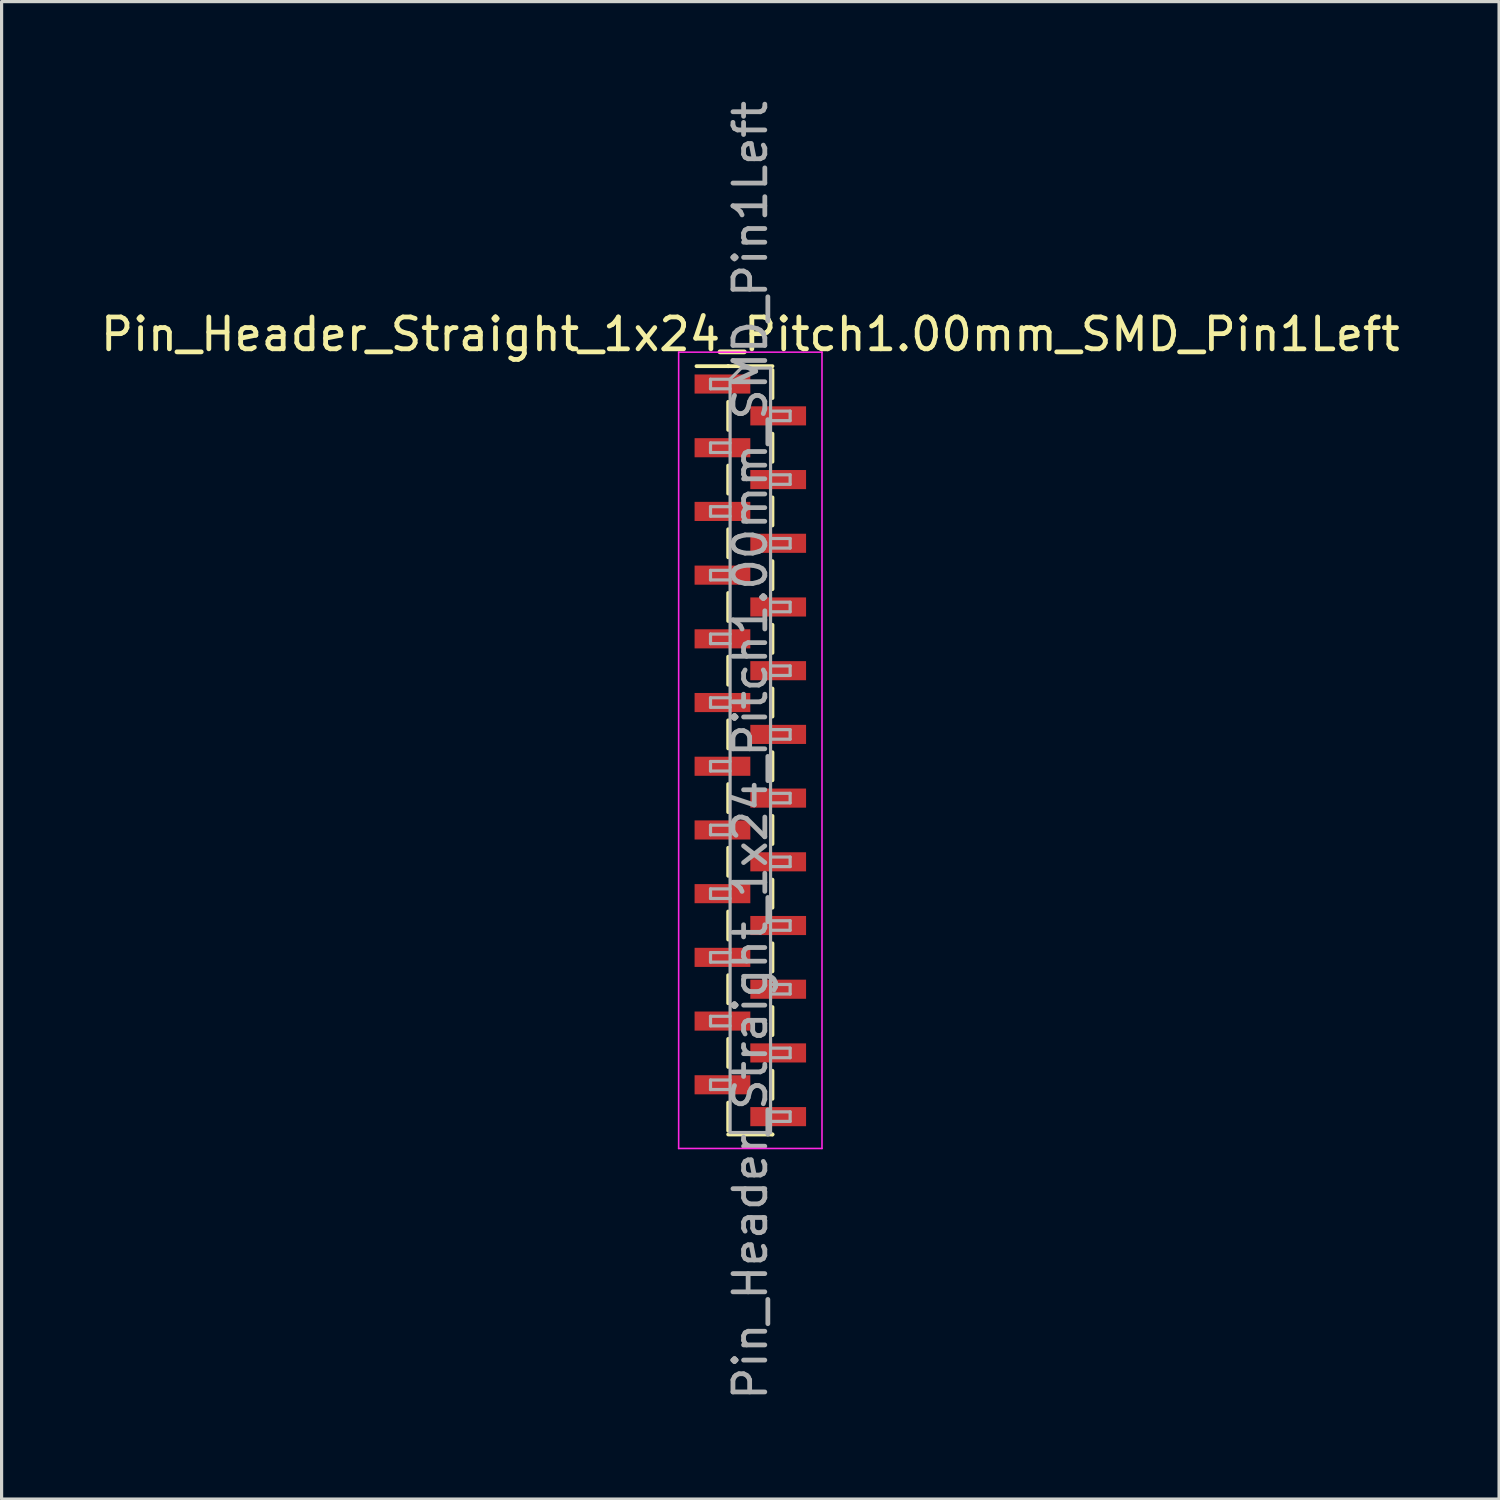
<source format=kicad_pcb>
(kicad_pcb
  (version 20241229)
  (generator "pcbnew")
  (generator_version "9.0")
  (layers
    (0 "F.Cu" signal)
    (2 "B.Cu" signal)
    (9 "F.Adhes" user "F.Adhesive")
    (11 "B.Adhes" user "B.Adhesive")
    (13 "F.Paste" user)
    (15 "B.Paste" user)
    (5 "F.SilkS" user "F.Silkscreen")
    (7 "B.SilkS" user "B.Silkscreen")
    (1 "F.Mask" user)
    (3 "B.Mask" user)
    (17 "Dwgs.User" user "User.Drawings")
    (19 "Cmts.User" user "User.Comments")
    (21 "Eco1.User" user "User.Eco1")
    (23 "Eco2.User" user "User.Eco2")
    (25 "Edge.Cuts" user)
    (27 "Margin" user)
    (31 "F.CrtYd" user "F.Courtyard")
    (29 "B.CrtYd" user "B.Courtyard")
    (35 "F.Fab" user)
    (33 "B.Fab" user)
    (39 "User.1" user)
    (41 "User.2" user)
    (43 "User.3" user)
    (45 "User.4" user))
  (footprint "Pin_Header_Straight_1x24_Pitch1.00mm_SMD_Pin1Left"
    (layer "F.Cu")
    (at 20.506 20.506)
    (property "Reference" "Pin_Header_Straight_1x24_Pitch1.00mm_SMD_Pin1Left" (at 0 -13.06 0) (layer "F.SilkS") (effects (font (size 1 1) (thickness 0.15))))
    (attr smd)
    (fp_line (start -0.695 -12.06) (end -1.69 -12.06) (stroke (width 0.12) (type solid)) (layer "F.SilkS"))
    (fp_line (start -0.695 -12.06) (end -0.695 -12.06) (stroke (width 0.12) (type solid)) (layer "F.SilkS"))
    (fp_line (start -0.695 -12.06) (end 0.695 -12.06) (stroke (width 0.12) (type solid)) (layer "F.SilkS"))
    (fp_line (start -0.695 -10.94) (end -0.695 -10.06) (stroke (width 0.12) (type solid)) (layer "F.SilkS"))
    (fp_line (start -0.695 -8.94) (end -0.695 -8.06) (stroke (width 0.12) (type solid)) (layer "F.SilkS"))
    (fp_line (start -0.695 -6.94) (end -0.695 -6.06) (stroke (width 0.12) (type solid)) (layer "F.SilkS"))
    (fp_line (start -0.695 -4.94) (end -0.695 -4.06) (stroke (width 0.12) (type solid)) (layer "F.SilkS"))
    (fp_line (start -0.695 -2.94) (end -0.695 -2.06) (stroke (width 0.12) (type solid)) (layer "F.SilkS"))
    (fp_line (start -0.695 -0.94) (end -0.695 -0.06) (stroke (width 0.12) (type solid)) (layer "F.SilkS"))
    (fp_line (start -0.695 1.06) (end -0.695 1.94) (stroke (width 0.12) (type solid)) (layer "F.SilkS"))
    (fp_line (start -0.695 3.06) (end -0.695 3.94) (stroke (width 0.12) (type solid)) (layer "F.SilkS"))
    (fp_line (start -0.695 5.06) (end -0.695 5.94) (stroke (width 0.12) (type solid)) (layer "F.SilkS"))
    (fp_line (start -0.695 7.06) (end -0.695 7.94) (stroke (width 0.12) (type solid)) (layer "F.SilkS"))
    (fp_line (start -0.695 9.06) (end -0.695 9.94) (stroke (width 0.12) (type solid)) (layer "F.SilkS"))
    (fp_line (start -0.695 11.06) (end -0.695 11.94) (stroke (width 0.12) (type solid)) (layer "F.SilkS"))
    (fp_line (start -0.695 12.06) (end 0.695 12.06) (stroke (width 0.12) (type solid)) (layer "F.SilkS"))
    (fp_line (start 0.695 -11.94) (end 0.695 -11.06) (stroke (width 0.12) (type solid)) (layer "F.SilkS"))
    (fp_line (start 0.695 -9.94) (end 0.695 -9.06) (stroke (width 0.12) (type solid)) (layer "F.SilkS"))
    (fp_line (start 0.695 -7.94) (end 0.695 -7.06) (stroke (width 0.12) (type solid)) (layer "F.SilkS"))
    (fp_line (start 0.695 -5.94) (end 0.695 -5.06) (stroke (width 0.12) (type solid)) (layer "F.SilkS"))
    (fp_line (start 0.695 -3.94) (end 0.695 -3.06) (stroke (width 0.12) (type solid)) (layer "F.SilkS"))
    (fp_line (start 0.695 -1.94) (end 0.695 -1.06) (stroke (width 0.12) (type solid)) (layer "F.SilkS"))
    (fp_line (start 0.695 0.06) (end 0.695 0.94) (stroke (width 0.12) (type solid)) (layer "F.SilkS"))
    (fp_line (start 0.695 2.06) (end 0.695 2.94) (stroke (width 0.12) (type solid)) (layer "F.SilkS"))
    (fp_line (start 0.695 4.06) (end 0.695 4.94) (stroke (width 0.12) (type solid)) (layer "F.SilkS"))
    (fp_line (start 0.695 6.06) (end 0.695 6.94) (stroke (width 0.12) (type solid)) (layer "F.SilkS"))
    (fp_line (start 0.695 8.06) (end 0.695 8.94) (stroke (width 0.12) (type solid)) (layer "F.SilkS"))
    (fp_line (start 0.695 10.06) (end 0.695 10.94) (stroke (width 0.12) (type solid)) (layer "F.SilkS"))
    (fp_line (start 0.695 12.06) (end 0.695 12.06) (stroke (width 0.12) (type solid)) (layer "F.SilkS"))
    (fp_line (start -2.25 -12.5) (end -2.25 12.5) (stroke (width 0.05) (type solid)) (layer "F.CrtYd"))
    (fp_line (start -2.25 12.5) (end 2.25 12.5) (stroke (width 0.05) (type solid)) (layer "F.CrtYd"))
    (fp_line (start 2.25 -12.5) (end -2.25 -12.5) (stroke (width 0.05) (type solid)) (layer "F.CrtYd"))
    (fp_line (start 2.25 12.5) (end 2.25 -12.5) (stroke (width 0.05) (type solid)) (layer "F.CrtYd"))
    (fp_line (start -1.25 -11.65) (end -1.25 -11.35) (stroke (width 0.1) (type solid)) (layer "F.Fab"))
    (fp_line (start -1.25 -11.35) (end -0.635 -11.35) (stroke (width 0.1) (type solid)) (layer "F.Fab"))
    (fp_line (start -1.25 -9.65) (end -1.25 -9.35) (stroke (width 0.1) (type solid)) (layer "F.Fab"))
    (fp_line (start -1.25 -9.35) (end -0.635 -9.35) (stroke (width 0.1) (type solid)) (layer "F.Fab"))
    (fp_line (start -1.25 -7.65) (end -1.25 -7.35) (stroke (width 0.1) (type solid)) (layer "F.Fab"))
    (fp_line (start -1.25 -7.35) (end -0.635 -7.35) (stroke (width 0.1) (type solid)) (layer "F.Fab"))
    (fp_line (start -1.25 -5.65) (end -1.25 -5.35) (stroke (width 0.1) (type solid)) (layer "F.Fab"))
    (fp_line (start -1.25 -5.35) (end -0.635 -5.35) (stroke (width 0.1) (type solid)) (layer "F.Fab"))
    (fp_line (start -1.25 -3.65) (end -1.25 -3.35) (stroke (width 0.1) (type solid)) (layer "F.Fab"))
    (fp_line (start -1.25 -3.35) (end -0.635 -3.35) (stroke (width 0.1) (type solid)) (layer "F.Fab"))
    (fp_line (start -1.25 -1.65) (end -1.25 -1.35) (stroke (width 0.1) (type solid)) (layer "F.Fab"))
    (fp_line (start -1.25 -1.35) (end -0.635 -1.35) (stroke (width 0.1) (type solid)) (layer "F.Fab"))
    (fp_line (start -1.25 0.35) (end -1.25 0.65) (stroke (width 0.1) (type solid)) (layer "F.Fab"))
    (fp_line (start -1.25 0.65) (end -0.635 0.65) (stroke (width 0.1) (type solid)) (layer "F.Fab"))
    (fp_line (start -1.25 2.35) (end -1.25 2.65) (stroke (width 0.1) (type solid)) (layer "F.Fab"))
    (fp_line (start -1.25 2.65) (end -0.635 2.65) (stroke (width 0.1) (type solid)) (layer "F.Fab"))
    (fp_line (start -1.25 4.35) (end -1.25 4.65) (stroke (width 0.1) (type solid)) (layer "F.Fab"))
    (fp_line (start -1.25 4.65) (end -0.635 4.65) (stroke (width 0.1) (type solid)) (layer "F.Fab"))
    (fp_line (start -1.25 6.35) (end -1.25 6.65) (stroke (width 0.1) (type solid)) (layer "F.Fab"))
    (fp_line (start -1.25 6.65) (end -0.635 6.65) (stroke (width 0.1) (type solid)) (layer "F.Fab"))
    (fp_line (start -1.25 8.35) (end -1.25 8.65) (stroke (width 0.1) (type solid)) (layer "F.Fab"))
    (fp_line (start -1.25 8.65) (end -0.635 8.65) (stroke (width 0.1) (type solid)) (layer "F.Fab"))
    (fp_line (start -1.25 10.35) (end -1.25 10.65) (stroke (width 0.1) (type solid)) (layer "F.Fab"))
    (fp_line (start -1.25 10.65) (end -0.635 10.65) (stroke (width 0.1) (type solid)) (layer "F.Fab"))
    (fp_line (start -0.635 -11.65) (end -1.25 -11.65) (stroke (width 0.1) (type solid)) (layer "F.Fab"))
    (fp_line (start -0.635 -11.65) (end -0.285 -12) (stroke (width 0.1) (type solid)) (layer "F.Fab"))
    (fp_line (start -0.635 -9.65) (end -1.25 -9.65) (stroke (width 0.1) (type solid)) (layer "F.Fab"))
    (fp_line (start -0.635 -7.65) (end -1.25 -7.65) (stroke (width 0.1) (type solid)) (layer "F.Fab"))
    (fp_line (start -0.635 -5.65) (end -1.25 -5.65) (stroke (width 0.1) (type solid)) (layer "F.Fab"))
    (fp_line (start -0.635 -3.65) (end -1.25 -3.65) (stroke (width 0.1) (type solid)) (layer "F.Fab"))
    (fp_line (start -0.635 -1.65) (end -1.25 -1.65) (stroke (width 0.1) (type solid)) (layer "F.Fab"))
    (fp_line (start -0.635 0.35) (end -1.25 0.35) (stroke (width 0.1) (type solid)) (layer "F.Fab"))
    (fp_line (start -0.635 2.35) (end -1.25 2.35) (stroke (width 0.1) (type solid)) (layer "F.Fab"))
    (fp_line (start -0.635 4.35) (end -1.25 4.35) (stroke (width 0.1) (type solid)) (layer "F.Fab"))
    (fp_line (start -0.635 6.35) (end -1.25 6.35) (stroke (width 0.1) (type solid)) (layer "F.Fab"))
    (fp_line (start -0.635 8.35) (end -1.25 8.35) (stroke (width 0.1) (type solid)) (layer "F.Fab"))
    (fp_line (start -0.635 10.35) (end -1.25 10.35) (stroke (width 0.1) (type solid)) (layer "F.Fab"))
    (fp_line (start -0.635 12) (end -0.635 -11.65) (stroke (width 0.1) (type solid)) (layer "F.Fab"))
    (fp_line (start -0.285 -12) (end 0.635 -12) (stroke (width 0.1) (type solid)) (layer "F.Fab"))
    (fp_line (start 0.635 -12) (end 0.635 12) (stroke (width 0.1) (type solid)) (layer "F.Fab"))
    (fp_line (start 0.635 -10.65) (end 1.25 -10.65) (stroke (width 0.1) (type solid)) (layer "F.Fab"))
    (fp_line (start 0.635 -8.65) (end 1.25 -8.65) (stroke (width 0.1) (type solid)) (layer "F.Fab"))
    (fp_line (start 0.635 -6.65) (end 1.25 -6.65) (stroke (width 0.1) (type solid)) (layer "F.Fab"))
    (fp_line (start 0.635 -4.65) (end 1.25 -4.65) (stroke (width 0.1) (type solid)) (layer "F.Fab"))
    (fp_line (start 0.635 -2.65) (end 1.25 -2.65) (stroke (width 0.1) (type solid)) (layer "F.Fab"))
    (fp_line (start 0.635 -0.65) (end 1.25 -0.65) (stroke (width 0.1) (type solid)) (layer "F.Fab"))
    (fp_line (start 0.635 1.35) (end 1.25 1.35) (stroke (width 0.1) (type solid)) (layer "F.Fab"))
    (fp_line (start 0.635 3.35) (end 1.25 3.35) (stroke (width 0.1) (type solid)) (layer "F.Fab"))
    (fp_line (start 0.635 5.35) (end 1.25 5.35) (stroke (width 0.1) (type solid)) (layer "F.Fab"))
    (fp_line (start 0.635 7.35) (end 1.25 7.35) (stroke (width 0.1) (type solid)) (layer "F.Fab"))
    (fp_line (start 0.635 9.35) (end 1.25 9.35) (stroke (width 0.1) (type solid)) (layer "F.Fab"))
    (fp_line (start 0.635 11.35) (end 1.25 11.35) (stroke (width 0.1) (type solid)) (layer "F.Fab"))
    (fp_line (start 0.635 12) (end -0.635 12) (stroke (width 0.1) (type solid)) (layer "F.Fab"))
    (fp_line (start 1.25 -10.65) (end 1.25 -10.35) (stroke (width 0.1) (type solid)) (layer "F.Fab"))
    (fp_line (start 1.25 -10.35) (end 0.635 -10.35) (stroke (width 0.1) (type solid)) (layer "F.Fab"))
    (fp_line (start 1.25 -8.65) (end 1.25 -8.35) (stroke (width 0.1) (type solid)) (layer "F.Fab"))
    (fp_line (start 1.25 -8.35) (end 0.635 -8.35) (stroke (width 0.1) (type solid)) (layer "F.Fab"))
    (fp_line (start 1.25 -6.65) (end 1.25 -6.35) (stroke (width 0.1) (type solid)) (layer "F.Fab"))
    (fp_line (start 1.25 -6.35) (end 0.635 -6.35) (stroke (width 0.1) (type solid)) (layer "F.Fab"))
    (fp_line (start 1.25 -4.65) (end 1.25 -4.35) (stroke (width 0.1) (type solid)) (layer "F.Fab"))
    (fp_line (start 1.25 -4.35) (end 0.635 -4.35) (stroke (width 0.1) (type solid)) (layer "F.Fab"))
    (fp_line (start 1.25 -2.65) (end 1.25 -2.35) (stroke (width 0.1) (type solid)) (layer "F.Fab"))
    (fp_line (start 1.25 -2.35) (end 0.635 -2.35) (stroke (width 0.1) (type solid)) (layer "F.Fab"))
    (fp_line (start 1.25 -0.65) (end 1.25 -0.35) (stroke (width 0.1) (type solid)) (layer "F.Fab"))
    (fp_line (start 1.25 -0.35) (end 0.635 -0.35) (stroke (width 0.1) (type solid)) (layer "F.Fab"))
    (fp_line (start 1.25 1.35) (end 1.25 1.65) (stroke (width 0.1) (type solid)) (layer "F.Fab"))
    (fp_line (start 1.25 1.65) (end 0.635 1.65) (stroke (width 0.1) (type solid)) (layer "F.Fab"))
    (fp_line (start 1.25 3.35) (end 1.25 3.65) (stroke (width 0.1) (type solid)) (layer "F.Fab"))
    (fp_line (start 1.25 3.65) (end 0.635 3.65) (stroke (width 0.1) (type solid)) (layer "F.Fab"))
    (fp_line (start 1.25 5.35) (end 1.25 5.65) (stroke (width 0.1) (type solid)) (layer "F.Fab"))
    (fp_line (start 1.25 5.65) (end 0.635 5.65) (stroke (width 0.1) (type solid)) (layer "F.Fab"))
    (fp_line (start 1.25 7.35) (end 1.25 7.65) (stroke (width 0.1) (type solid)) (layer "F.Fab"))
    (fp_line (start 1.25 7.65) (end 0.635 7.65) (stroke (width 0.1) (type solid)) (layer "F.Fab"))
    (fp_line (start 1.25 9.35) (end 1.25 9.65) (stroke (width 0.1) (type solid)) (layer "F.Fab"))
    (fp_line (start 1.25 9.65) (end 0.635 9.65) (stroke (width 0.1) (type solid)) (layer "F.Fab"))
    (fp_line (start 1.25 11.35) (end 1.25 11.65) (stroke (width 0.1) (type solid)) (layer "F.Fab"))
    (fp_line (start 1.25 11.65) (end 0.635 11.65) (stroke (width 0.1) (type solid)) (layer "F.Fab"))
    (fp_text user "${REFERENCE}" (at 0 0 90) (layer "F.Fab") (effects (font (size 1 1) (thickness 0.15))))
    (pad "1" smd rect (at -0.875 -11.5) (size 1.75 0.6) (layers "F.Cu" "F.Mask" "F.Paste"))
    (pad "2" smd rect (at 0.875 -10.5) (size 1.75 0.6) (layers "F.Cu" "F.Mask" "F.Paste"))
    (pad "3" smd rect (at -0.875 -9.5) (size 1.75 0.6) (layers "F.Cu" "F.Mask" "F.Paste"))
    (pad "4" smd rect (at 0.875 -8.5) (size 1.75 0.6) (layers "F.Cu" "F.Mask" "F.Paste"))
    (pad "5" smd rect (at -0.875 -7.5) (size 1.75 0.6) (layers "F.Cu" "F.Mask" "F.Paste"))
    (pad "6" smd rect (at 0.875 -6.5) (size 1.75 0.6) (layers "F.Cu" "F.Mask" "F.Paste"))
    (pad "7" smd rect (at -0.875 -5.5) (size 1.75 0.6) (layers "F.Cu" "F.Mask" "F.Paste"))
    (pad "8" smd rect (at 0.875 -4.5) (size 1.75 0.6) (layers "F.Cu" "F.Mask" "F.Paste"))
    (pad "9" smd rect (at -0.875 -3.5) (size 1.75 0.6) (layers "F.Cu" "F.Mask" "F.Paste"))
    (pad "10" smd rect (at 0.875 -2.5) (size 1.75 0.6) (layers "F.Cu" "F.Mask" "F.Paste"))
    (pad "11" smd rect (at -0.875 -1.5) (size 1.75 0.6) (layers "F.Cu" "F.Mask" "F.Paste"))
    (pad "12" smd rect (at 0.875 -0.5) (size 1.75 0.6) (layers "F.Cu" "F.Mask" "F.Paste"))
    (pad "13" smd rect (at -0.875 0.5) (size 1.75 0.6) (layers "F.Cu" "F.Mask" "F.Paste"))
    (pad "14" smd rect (at 0.875 1.5) (size 1.75 0.6) (layers "F.Cu" "F.Mask" "F.Paste"))
    (pad "15" smd rect (at -0.875 2.5) (size 1.75 0.6) (layers "F.Cu" "F.Mask" "F.Paste"))
    (pad "16" smd rect (at 0.875 3.5) (size 1.75 0.6) (layers "F.Cu" "F.Mask" "F.Paste"))
    (pad "17" smd rect (at -0.875 4.5) (size 1.75 0.6) (layers "F.Cu" "F.Mask" "F.Paste"))
    (pad "18" smd rect (at 0.875 5.5) (size 1.75 0.6) (layers "F.Cu" "F.Mask" "F.Paste"))
    (pad "19" smd rect (at -0.875 6.5) (size 1.75 0.6) (layers "F.Cu" "F.Mask" "F.Paste"))
    (pad "20" smd rect (at 0.875 7.5) (size 1.75 0.6) (layers "F.Cu" "F.Mask" "F.Paste"))
    (pad "21" smd rect (at -0.875 8.5) (size 1.75 0.6) (layers "F.Cu" "F.Mask" "F.Paste"))
    (pad "22" smd rect (at 0.875 9.5) (size 1.75 0.6) (layers "F.Cu" "F.Mask" "F.Paste"))
    (pad "23" smd rect (at -0.875 10.5) (size 1.75 0.6) (layers "F.Cu" "F.Mask" "F.Paste"))
    (pad "24" smd rect (at 0.875 11.5) (size 1.75 0.6) (layers "F.Cu" "F.Mask" "F.Paste")))
  (gr_rect
    (start -3 -3)
    (end 44.012 44.012)
    (stroke (width 0.1) (type default))
    (fill no)
    (layer "Edge.Cuts")))
</source>
